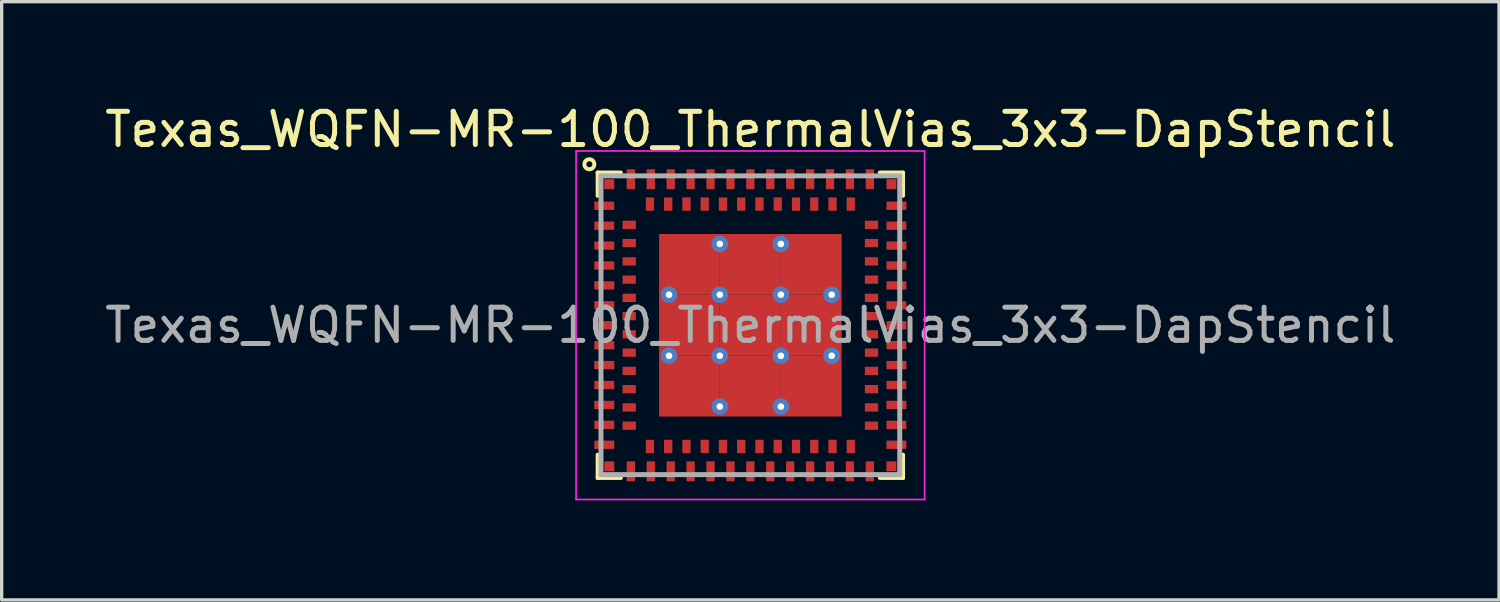
<source format=kicad_pcb>
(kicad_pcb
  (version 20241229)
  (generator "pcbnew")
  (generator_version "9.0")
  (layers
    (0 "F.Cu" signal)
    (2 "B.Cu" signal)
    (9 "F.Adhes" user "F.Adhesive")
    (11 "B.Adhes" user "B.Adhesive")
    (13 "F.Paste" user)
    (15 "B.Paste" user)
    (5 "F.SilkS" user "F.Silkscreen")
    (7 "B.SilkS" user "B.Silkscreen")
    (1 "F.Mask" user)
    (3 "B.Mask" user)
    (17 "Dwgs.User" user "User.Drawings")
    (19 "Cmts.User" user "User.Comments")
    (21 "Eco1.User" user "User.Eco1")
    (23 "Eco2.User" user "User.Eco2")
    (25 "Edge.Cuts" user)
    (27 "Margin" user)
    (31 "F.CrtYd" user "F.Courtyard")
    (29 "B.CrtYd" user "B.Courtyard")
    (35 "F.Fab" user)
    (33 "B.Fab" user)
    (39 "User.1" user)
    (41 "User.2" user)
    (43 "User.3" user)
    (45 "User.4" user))
  (footprint "Texas_WQFN-MR-100_ThermalVias_3x3-DapStencil"
    (layer "F.Cu")
    (at 19.554 6.748)
    (property "Reference" "Texas_WQFN-MR-100_ThermalVias_3x3-DapStencil" (at 0 -5.9 0) (layer "F.SilkS") (effects (font (size 1 1) (thickness 0.15))))
    (attr smd)
    (fp_line (start -4.6 -4.6) (end -3.9 -4.6) (stroke (width 0.12) (type solid)) (layer "F.SilkS"))
    (fp_line (start -4.6 -3.9) (end -4.6 -4.6) (stroke (width 0.12) (type solid)) (layer "F.SilkS"))
    (fp_line (start -4.6 3.9) (end -4.6 4.6) (stroke (width 0.12) (type solid)) (layer "F.SilkS"))
    (fp_line (start -4.6 4.6) (end -3.9 4.6) (stroke (width 0.12) (type solid)) (layer "F.SilkS"))
    (fp_line (start 4.6 -4.6) (end 3.9 -4.6) (stroke (width 0.12) (type solid)) (layer "F.SilkS"))
    (fp_line (start 4.6 -3.9) (end 4.6 -4.6) (stroke (width 0.12) (type solid)) (layer "F.SilkS"))
    (fp_line (start 4.6 3.9) (end 4.6 4.6) (stroke (width 0.12) (type solid)) (layer "F.SilkS"))
    (fp_line (start 4.6 4.6) (end 3.9 4.6) (stroke (width 0.12) (type solid)) (layer "F.SilkS"))
    (fp_circle (center -4.85 -4.85) (end -5 -4.85) (stroke (width 0.12) (type solid)) (fill no) (layer "F.SilkS"))
    (fp_line (start -5.25 -5.25) (end 5.25 -5.25) (stroke (width 0.05) (type solid)) (layer "F.CrtYd"))
    (fp_line (start -5.25 5.25) (end -5.25 -5.25) (stroke (width 0.05) (type solid)) (layer "F.CrtYd"))
    (fp_line (start 5.25 -5.25) (end 5.25 5.25) (stroke (width 0.05) (type solid)) (layer "F.CrtYd"))
    (fp_line (start 5.25 5.25) (end -5.25 5.25) (stroke (width 0.05) (type solid)) (layer "F.CrtYd"))
    (fp_line (start -4.5 -4.5) (end -4.5 4.5) (stroke (width 0.15) (type solid)) (layer "F.Fab"))
    (fp_line (start -4.5 -4.5) (end 4.5 -4.5) (stroke (width 0.15) (type solid)) (layer "F.Fab"))
    (fp_line (start -4.5 4.5) (end 4.5 4.5) (stroke (width 0.15) (type solid)) (layer "F.Fab"))
    (fp_line (start 4.5 -4.5) (end 4.5 4.5) (stroke (width 0.15) (type solid)) (layer "F.Fab"))
    (fp_text user "${REFERENCE}" (at 0 0 0) (layer "F.Fab") (effects (font (size 1 1) (thickness 0.15))))
    (pad "A1" smd rect (at -4.4 -3.6 90) (size 0.25 0.6) (layers "F.Cu" "F.Mask" "F.Paste"))
    (pad "A2" smd rect (at -4.4 -3 90) (size 0.25 0.6) (layers "F.Cu" "F.Mask" "F.Paste"))
    (pad "A3" smd rect (at -4.4 -2.4 90) (size 0.25 0.6) (layers "F.Cu" "F.Mask" "F.Paste"))
    (pad "A4" smd rect (at -4.4 -1.8 90) (size 0.25 0.6) (layers "F.Cu" "F.Mask" "F.Paste"))
    (pad "A5" smd rect (at -4.4 -1.2 90) (size 0.25 0.6) (layers "F.Cu" "F.Mask" "F.Paste"))
    (pad "A6" smd rect (at -4.4 -0.6 90) (size 0.25 0.6) (layers "F.Cu" "F.Mask" "F.Paste"))
    (pad "A7" smd rect (at -4.4 0 90) (size 0.25 0.6) (layers "F.Cu" "F.Mask" "F.Paste"))
    (pad "A8" smd rect (at -4.4 0.6 90) (size 0.25 0.6) (layers "F.Cu" "F.Mask" "F.Paste"))
    (pad "A9" smd rect (at -4.4 1.2 90) (size 0.25 0.6) (layers "F.Cu" "F.Mask" "F.Paste"))
    (pad "A10" smd rect (at -4.4 1.8 90) (size 0.25 0.6) (layers "F.Cu" "F.Mask" "F.Paste"))
    (pad "A11" smd rect (at -4.4 2.4 90) (size 0.25 0.6) (layers "F.Cu" "F.Mask" "F.Paste"))
    (pad "A12" smd rect (at -4.4 3 90) (size 0.25 0.6) (layers "F.Cu" "F.Mask" "F.Paste"))
    (pad "A13" smd rect (at -4.4 3.6 90) (size 0.25 0.6) (layers "F.Cu" "F.Mask" "F.Paste"))
    (pad "A14" smd rect (at -3.6 4.4) (size 0.25 0.6) (layers "F.Cu" "F.Mask" "F.Paste"))
    (pad "A15" smd rect (at -3 4.4) (size 0.25 0.6) (layers "F.Cu" "F.Mask" "F.Paste"))
    (pad "A16" smd rect (at -2.4 4.4) (size 0.25 0.6) (layers "F.Cu" "F.Mask" "F.Paste"))
    (pad "A17" smd rect (at -1.8 4.4) (size 0.25 0.6) (layers "F.Cu" "F.Mask" "F.Paste"))
    (pad "A18" smd rect (at -1.2 4.4) (size 0.25 0.6) (layers "F.Cu" "F.Mask" "F.Paste"))
    (pad "A19" smd rect (at -0.6 4.4) (size 0.25 0.6) (layers "F.Cu" "F.Mask" "F.Paste"))
    (pad "A20" smd rect (at 0 4.4) (size 0.25 0.6) (layers "F.Cu" "F.Mask" "F.Paste"))
    (pad "A21" smd rect (at 0.6 4.4) (size 0.25 0.6) (layers "F.Cu" "F.Mask" "F.Paste"))
    (pad "A22" smd rect (at 1.2 4.4) (size 0.25 0.6) (layers "F.Cu" "F.Mask" "F.Paste"))
    (pad "A23" smd rect (at 1.8 4.4) (size 0.25 0.6) (layers "F.Cu" "F.Mask" "F.Paste"))
    (pad "A24" smd rect (at 2.4 4.4) (size 0.25 0.6) (layers "F.Cu" "F.Mask" "F.Paste"))
    (pad "A25" smd rect (at 3 4.4) (size 0.25 0.6) (layers "F.Cu" "F.Mask" "F.Paste"))
    (pad "A26" smd rect (at 3.6 4.4) (size 0.25 0.6) (layers "F.Cu" "F.Mask" "F.Paste"))
    (pad "A27" smd rect (at 4.4 3.6 90) (size 0.25 0.6) (layers "F.Cu" "F.Mask" "F.Paste"))
    (pad "A28" smd rect (at 4.4 3 90) (size 0.25 0.6) (layers "F.Cu" "F.Mask" "F.Paste"))
    (pad "A29" smd rect (at 4.4 2.4 90) (size 0.25 0.6) (layers "F.Cu" "F.Mask" "F.Paste"))
    (pad "A30" smd rect (at 4.4 1.8 90) (size 0.25 0.6) (layers "F.Cu" "F.Mask" "F.Paste"))
    (pad "A31" smd rect (at 4.4 1.2 90) (size 0.25 0.6) (layers "F.Cu" "F.Mask" "F.Paste"))
    (pad "A32" smd rect (at 4.4 0.6 90) (size 0.25 0.6) (layers "F.Cu" "F.Mask" "F.Paste"))
    (pad "A33" smd rect (at 4.4 0 90) (size 0.25 0.6) (layers "F.Cu" "F.Mask" "F.Paste"))
    (pad "A34" smd rect (at 4.4 -0.6 90) (size 0.25 0.6) (layers "F.Cu" "F.Mask" "F.Paste"))
    (pad "A35" smd rect (at 4.4 -1.2 90) (size 0.25 0.6) (layers "F.Cu" "F.Mask" "F.Paste"))
    (pad "A36" smd rect (at 4.4 -1.8 90) (size 0.25 0.6) (layers "F.Cu" "F.Mask" "F.Paste"))
    (pad "A37" smd rect (at 4.4 -2.4 90) (size 0.25 0.6) (layers "F.Cu" "F.Mask" "F.Paste"))
    (pad "A38" smd rect (at 4.4 -3 90) (size 0.25 0.6) (layers "F.Cu" "F.Mask" "F.Paste"))
    (pad "A39" smd rect (at 4.4 -3.6 90) (size 0.25 0.6) (layers "F.Cu" "F.Mask" "F.Paste"))
    (pad "A40" smd rect (at 3.6 -4.4) (size 0.25 0.6) (layers "F.Cu" "F.Mask" "F.Paste"))
    (pad "A41" smd rect (at 3 -4.4) (size 0.25 0.6) (layers "F.Cu" "F.Mask" "F.Paste"))
    (pad "A42" smd rect (at 2.4 -4.4) (size 0.25 0.6) (layers "F.Cu" "F.Mask" "F.Paste"))
    (pad "A43" smd rect (at 1.8 -4.4) (size 0.25 0.6) (layers "F.Cu" "F.Mask" "F.Paste"))
    (pad "A44" smd rect (at 1.2 -4.4) (size 0.25 0.6) (layers "F.Cu" "F.Mask" "F.Paste"))
    (pad "A45" smd rect (at 0.6 -4.4) (size 0.25 0.6) (layers "F.Cu" "F.Mask" "F.Paste"))
    (pad "A46" smd rect (at 0 -4.4) (size 0.25 0.6) (layers "F.Cu" "F.Mask" "F.Paste"))
    (pad "A47" smd rect (at -0.6 -4.4) (size 0.25 0.6) (layers "F.Cu" "F.Mask" "F.Paste"))
    (pad "A48" smd rect (at -1.2 -4.4) (size 0.25 0.6) (layers "F.Cu" "F.Mask" "F.Paste"))
    (pad "A49" smd rect (at -1.8 -4.4) (size 0.25 0.6) (layers "F.Cu" "F.Mask" "F.Paste"))
    (pad "A50" smd rect (at -2.4 -4.4) (size 0.25 0.6) (layers "F.Cu" "F.Mask" "F.Paste"))
    (pad "A51" smd rect (at -3 -4.4) (size 0.25 0.6) (layers "F.Cu" "F.Mask" "F.Paste"))
    (pad "A52" smd rect (at -3.6 -4.4) (size 0.25 0.6) (layers "F.Cu" "F.Mask" "F.Paste"))
    (pad "A53" thru_hole circle (at -2.45 -0.92) (size 0.5 0.5) (drill 0.2) (layers "*.Cu" "*.Mask"))
    (pad "A53" thru_hole circle (at -2.45 0.92) (size 0.5 0.5) (drill 0.2) (layers "*.Cu" "*.Mask"))
    (pad "A53" smd rect (at -1.835 -1.835) (size 1.83 1.83) (layers "F.Cu" "F.Mask" "F.Paste"))
    (pad "A53" smd rect (at -1.835 0) (size 1.83 1.84) (layers "F.Cu" "F.Mask" "F.Paste"))
    (pad "A53" smd rect (at -1.835 1.835) (size 1.83 1.83) (layers "F.Cu" "F.Mask" "F.Paste"))
    (pad "A53" thru_hole circle (at -0.92 -2.45) (size 0.5 0.5) (drill 0.2) (layers "*.Cu" "*.Mask"))
    (pad "A53" thru_hole circle (at -0.92 -0.92) (size 0.5 0.5) (drill 0.2) (layers "*.Cu" "*.Mask"))
    (pad "A53" thru_hole circle (at -0.92 0.92) (size 0.5 0.5) (drill 0.2) (layers "*.Cu" "*.Mask"))
    (pad "A53" thru_hole circle (at -0.92 2.45) (size 0.5 0.5) (drill 0.2) (layers "*.Cu" "*.Mask"))
    (pad "A53" smd rect (at 0 -1.835) (size 1.84 1.83) (layers "F.Cu" "F.Mask" "F.Paste"))
    (pad "A53" smd rect (at 0 0) (size 1.84 1.84) (layers "F.Cu" "F.Mask" "F.Paste"))
    (pad "A53" smd rect (at 0 1.835) (size 1.84 1.83) (layers "F.Cu" "F.Mask" "F.Paste"))
    (pad "A53" thru_hole circle (at 0.92 -2.45) (size 0.5 0.5) (drill 0.2) (layers "*.Cu" "*.Mask"))
    (pad "A53" thru_hole circle (at 0.92 -0.92) (size 0.5 0.5) (drill 0.2) (layers "*.Cu" "*.Mask"))
    (pad "A53" thru_hole circle (at 0.92 0.92) (size 0.5 0.5) (drill 0.2) (layers "*.Cu" "*.Mask"))
    (pad "A53" thru_hole circle (at 0.92 2.45) (size 0.5 0.5) (drill 0.2) (layers "*.Cu" "*.Mask"))
    (pad "A53" smd rect (at 1.835 -1.835) (size 1.83 1.83) (layers "F.Cu" "F.Mask" "F.Paste"))
    (pad "A53" smd rect (at 1.835 0) (size 1.83 1.84) (layers "F.Cu" "F.Mask" "F.Paste"))
    (pad "A53" smd rect (at 1.835 1.835) (size 1.83 1.83) (layers "F.Cu" "F.Mask" "F.Paste"))
    (pad "A53" thru_hole circle (at 2.45 -0.92) (size 0.5 0.5) (drill 0.2) (layers "*.Cu" "*.Mask"))
    (pad "A53" thru_hole circle (at 2.45 0.92) (size 0.5 0.5) (drill 0.2) (layers "*.Cu" "*.Mask"))
    (pad "B1" smd rect (at -3.65 -3.025 90) (size 0.25 0.4) (layers "F.Cu" "F.Mask" "F.Paste"))
    (pad "B2" smd rect (at -3.65 -2.475 90) (size 0.25 0.4) (layers "F.Cu" "F.Mask" "F.Paste"))
    (pad "B3" smd rect (at -3.65 -1.925 90) (size 0.25 0.4) (layers "F.Cu" "F.Mask" "F.Paste"))
    (pad "B4" smd rect (at -3.65 -1.375 90) (size 0.25 0.4) (layers "F.Cu" "F.Mask" "F.Paste"))
    (pad "B5" smd rect (at -3.65 -0.825 90) (size 0.25 0.4) (layers "F.Cu" "F.Mask" "F.Paste"))
    (pad "B6" smd rect (at -3.65 -0.275 90) (size 0.25 0.4) (layers "F.Cu" "F.Mask" "F.Paste"))
    (pad "B7" smd rect (at -3.65 0.275 90) (size 0.25 0.4) (layers "F.Cu" "F.Mask" "F.Paste"))
    (pad "B8" smd rect (at -3.65 0.825 90) (size 0.25 0.4) (layers "F.Cu" "F.Mask" "F.Paste"))
    (pad "B9" smd rect (at -3.65 1.375 90) (size 0.25 0.4) (layers "F.Cu" "F.Mask" "F.Paste"))
    (pad "B10" smd rect (at -3.65 1.925 90) (size 0.25 0.4) (layers "F.Cu" "F.Mask" "F.Paste"))
    (pad "B11" smd rect (at -3.65 2.475 90) (size 0.25 0.4) (layers "F.Cu" "F.Mask" "F.Paste"))
    (pad "B12" smd rect (at -3.65 3.025 90) (size 0.25 0.4) (layers "F.Cu" "F.Mask" "F.Paste"))
    (pad "B13" smd rect (at -3.025 3.65) (size 0.25 0.4) (layers "F.Cu" "F.Mask" "F.Paste"))
    (pad "B14" smd rect (at -2.475 3.65) (size 0.25 0.4) (layers "F.Cu" "F.Mask" "F.Paste"))
    (pad "B15" smd rect (at -1.925 3.65) (size 0.25 0.4) (layers "F.Cu" "F.Mask" "F.Paste"))
    (pad "B16" smd rect (at -1.375 3.65) (size 0.25 0.4) (layers "F.Cu" "F.Mask" "F.Paste"))
    (pad "B17" smd rect (at -0.825 3.65) (size 0.25 0.4) (layers "F.Cu" "F.Mask" "F.Paste"))
    (pad "B18" smd rect (at -0.275 3.65) (size 0.25 0.4) (layers "F.Cu" "F.Mask" "F.Paste"))
    (pad "B19" smd rect (at 0.275 3.65) (size 0.25 0.4) (layers "F.Cu" "F.Mask" "F.Paste"))
    (pad "B20" smd rect (at 0.825 3.65) (size 0.25 0.4) (layers "F.Cu" "F.Mask" "F.Paste"))
    (pad "B21" smd rect (at 1.375 3.65) (size 0.25 0.4) (layers "F.Cu" "F.Mask" "F.Paste"))
    (pad "B22" smd rect (at 1.925 3.65) (size 0.25 0.4) (layers "F.Cu" "F.Mask" "F.Paste"))
    (pad "B23" smd rect (at 2.475 3.65) (size 0.25 0.4) (layers "F.Cu" "F.Mask" "F.Paste"))
    (pad "B24" smd rect (at 3.025 3.65) (size 0.25 0.4) (layers "F.Cu" "F.Mask" "F.Paste"))
    (pad "B25" smd rect (at 3.65 3.025 90) (size 0.25 0.4) (layers "F.Cu" "F.Mask" "F.Paste"))
    (pad "B26" smd rect (at 3.65 2.475 90) (size 0.25 0.4) (layers "F.Cu" "F.Mask" "F.Paste"))
    (pad "B27" smd rect (at 3.65 1.925 90) (size 0.25 0.4) (layers "F.Cu" "F.Mask" "F.Paste"))
    (pad "B28" smd rect (at 3.65 1.375 90) (size 0.25 0.4) (layers "F.Cu" "F.Mask" "F.Paste"))
    (pad "B29" smd rect (at 3.65 0.825 90) (size 0.25 0.4) (layers "F.Cu" "F.Mask" "F.Paste"))
    (pad "B30" smd rect (at 3.65 0.275 90) (size 0.25 0.4) (layers "F.Cu" "F.Mask" "F.Paste"))
    (pad "B31" smd rect (at 3.65 -0.275 90) (size 0.25 0.4) (layers "F.Cu" "F.Mask" "F.Paste"))
    (pad "B32" smd rect (at 3.65 -0.825 90) (size 0.25 0.4) (layers "F.Cu" "F.Mask" "F.Paste"))
    (pad "B33" smd rect (at 3.65 -1.375 90) (size 0.25 0.4) (layers "F.Cu" "F.Mask" "F.Paste"))
    (pad "B34" smd rect (at 3.65 -1.925 90) (size 0.25 0.4) (layers "F.Cu" "F.Mask" "F.Paste"))
    (pad "B35" smd rect (at 3.65 -2.475 90) (size 0.25 0.4) (layers "F.Cu" "F.Mask" "F.Paste"))
    (pad "B36" smd rect (at 3.65 -3.025 90) (size 0.25 0.4) (layers "F.Cu" "F.Mask" "F.Paste"))
    (pad "B37" smd rect (at 3.025 -3.65) (size 0.25 0.4) (layers "F.Cu" "F.Mask" "F.Paste"))
    (pad "B38" smd rect (at 2.475 -3.65) (size 0.25 0.4) (layers "F.Cu" "F.Mask" "F.Paste"))
    (pad "B39" smd rect (at 1.925 -3.65) (size 0.25 0.4) (layers "F.Cu" "F.Mask" "F.Paste"))
    (pad "B40" smd rect (at 1.375 -3.65) (size 0.25 0.4) (layers "F.Cu" "F.Mask" "F.Paste"))
    (pad "B41" smd rect (at 0.825 -3.65) (size 0.25 0.4) (layers "F.Cu" "F.Mask" "F.Paste"))
    (pad "B42" smd rect (at 0.275 -3.65) (size 0.25 0.4) (layers "F.Cu" "F.Mask" "F.Paste"))
    (pad "B43" smd rect (at -0.275 -3.65) (size 0.25 0.4) (layers "F.Cu" "F.Mask" "F.Paste"))
    (pad "B44" smd rect (at -0.825 -3.65) (size 0.25 0.4) (layers "F.Cu" "F.Mask" "F.Paste"))
    (pad "B45" smd rect (at -1.375 -3.65) (size 0.25 0.4) (layers "F.Cu" "F.Mask" "F.Paste"))
    (pad "B46" smd rect (at -1.925 -3.65) (size 0.25 0.4) (layers "F.Cu" "F.Mask" "F.Paste"))
    (pad "B47" smd rect (at -2.475 -3.65) (size 0.25 0.4) (layers "F.Cu" "F.Mask" "F.Paste"))
    (pad "B48" smd rect (at -3.025 -3.65) (size 0.25 0.4) (layers "F.Cu" "F.Mask" "F.Paste"))
    (pad "C1" smd rect (at -4.25 -4.25) (size 0.3 0.3) (layers "F.Cu" "F.Mask" "F.Paste"))
    (pad "C2" smd rect (at -4.25 4.25) (size 0.3 0.3) (layers "F.Cu" "F.Mask" "F.Paste"))
    (pad "C3" smd rect (at 4.25 4.25) (size 0.3 0.3) (layers "F.Cu" "F.Mask" "F.Paste"))
    (pad "C4" smd rect (at 4.25 -4.25) (size 0.3 0.3) (layers "F.Cu" "F.Mask" "F.Paste")))
  (gr_rect
    (start -3 -3)
    (end 42.107 15.023)
    (stroke (width 0.1) (type default))
    (fill no)
    (layer "Edge.Cuts")))
</source>
